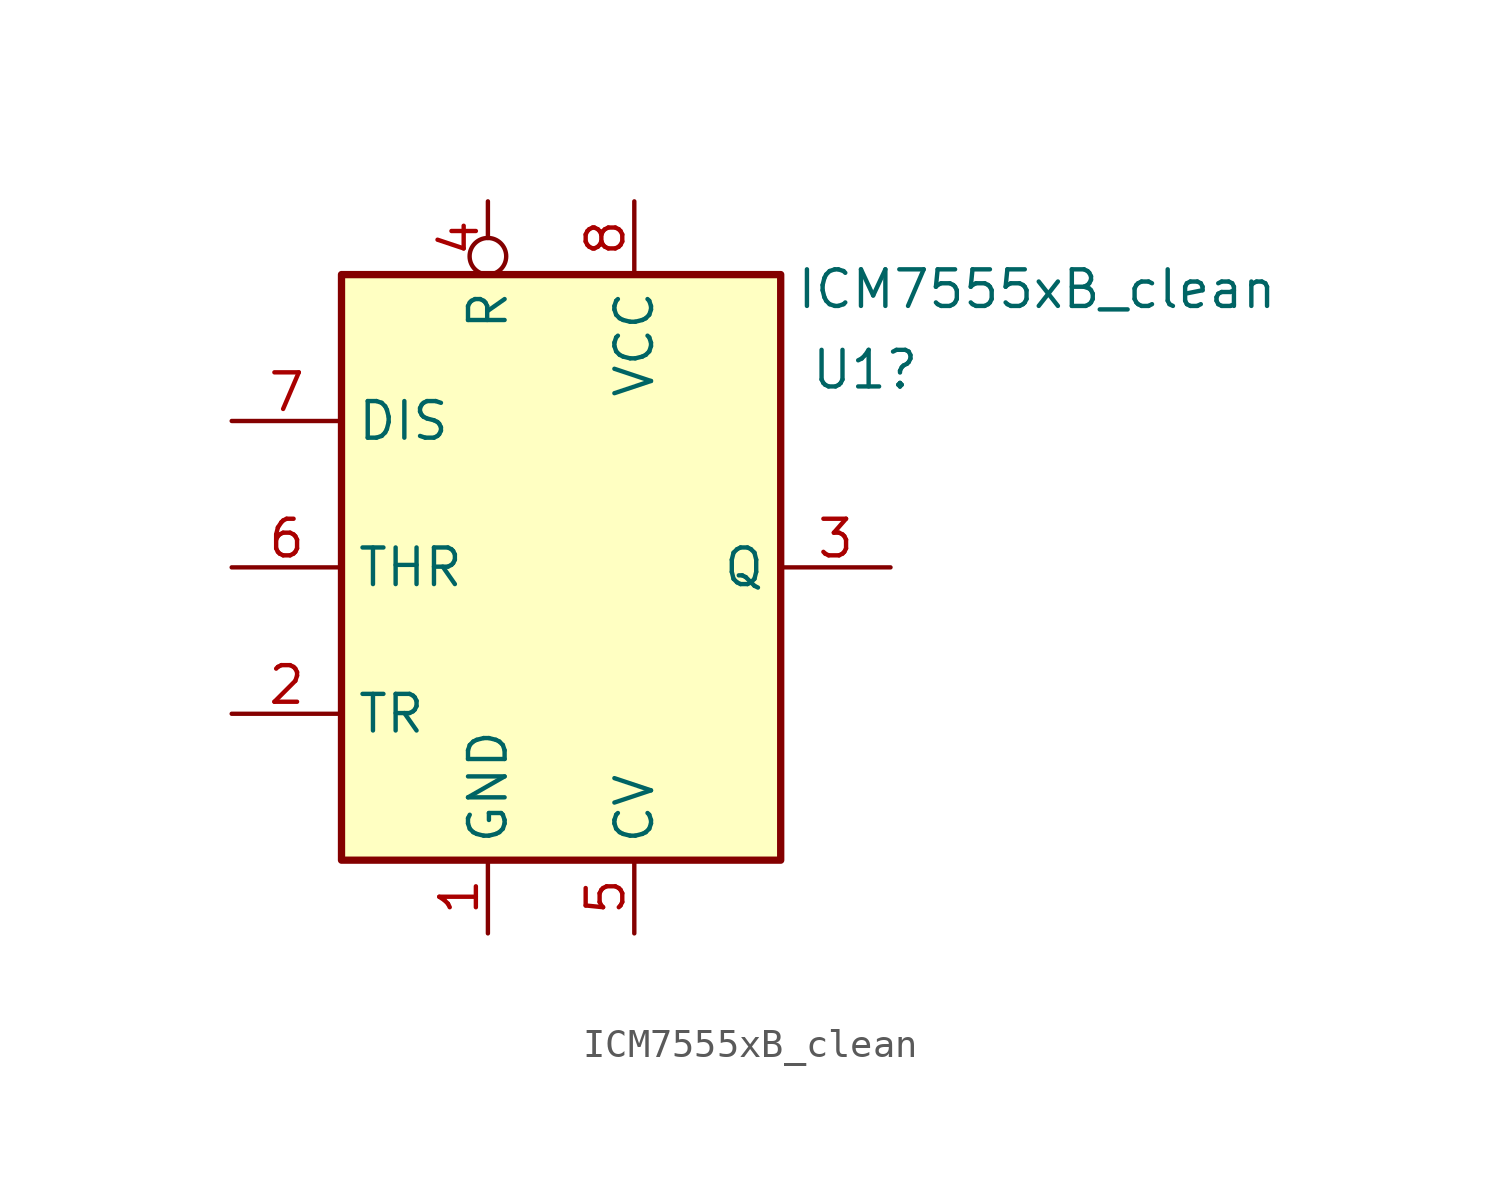
<source format=kicad_sym>
(kicad_symbol_lib
  (version 20241209)
  (generator "kicad_symbol_editor")
  (generator_version "9.0")
  (symbol "ICM7555xB_clean"
    (property "Reference" "U1"
      (at 8.636 9.398 0)
      (effects (font (size 1.27 1.27)) (justify left)))
    (property "Value" "ICM7555xB_clean"
      (at 8.128 12.192 0)
      (effects (font (size 1.27 1.27)) (justify left)))
    (symbol "ICM7555xB_clean_0_0"
      (pin power_in line (at -2.54 -10.16 90) (length 2.54) (name "GND" (effects (font (size 1.27 1.27)))) (number "1" (effects (font (size 1.27 1.27)))))
      (pin power_in line (at 2.54 15.24 270) (length 2.54) (name "VCC" (effects (font (size 1.27 1.27)))) (number "8" (effects (font (size 1.27 1.27))))))
    (symbol "ICM7555xB_clean_0_1"
      (rectangle (start -7.62 12.7) (end 7.62 -7.62) (stroke (width 0.254) (type default)) (fill (type background))))
    (symbol "ICM7555xB_clean_1_1"
      (pin input line (at -11.43 7.62 0) (length 3.81) (name "DIS" (effects (font (size 1.27 1.27)))) (number "7" (effects (font (size 1.27 1.27)))))
      (pin input line (at -11.43 2.54 0) (length 3.81) (name "THR" (effects (font (size 1.27 1.27)))) (number "6" (effects (font (size 1.27 1.27)))))
      (pin input line (at -11.43 -2.54 0) (length 3.81) (name "TR" (effects (font (size 1.27 1.27)))) (number "2" (effects (font (size 1.27 1.27)))))
      (pin input inverted (at -2.54 15.24 270) (length 2.54) (name "R" (effects (font (size 1.27 1.27)))) (number "4" (effects (font (size 1.27 1.27)))))
      (pin input line (at 2.54 -10.16 90) (length 2.54) (name "CV" (effects (font (size 1.27 1.27)))) (number "5" (effects (font (size 1.27 1.27)))))
      (pin output line (at 11.43 2.54 180) (length 3.81) (name "Q" (effects (font (size 1.27 1.27)))) (number "3" (effects (font (size 1.27 1.27))))))))
</source>
